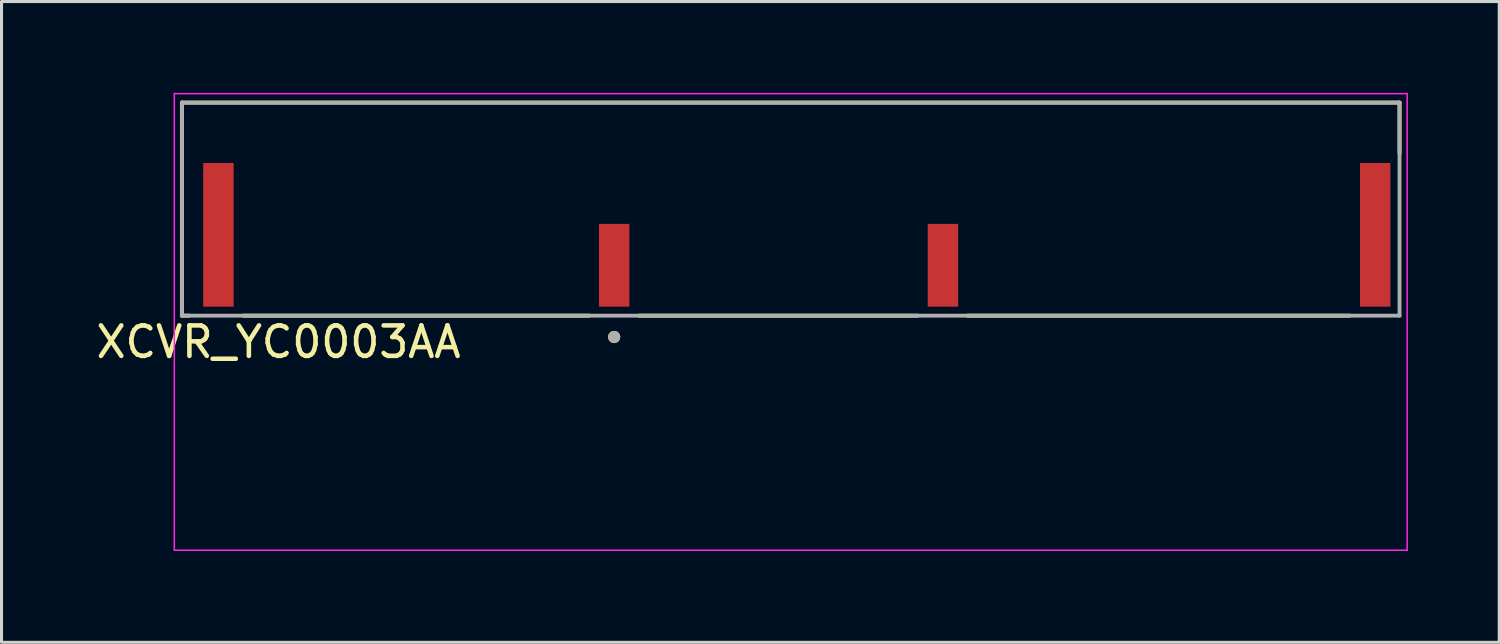
<source format=kicad_pcb>
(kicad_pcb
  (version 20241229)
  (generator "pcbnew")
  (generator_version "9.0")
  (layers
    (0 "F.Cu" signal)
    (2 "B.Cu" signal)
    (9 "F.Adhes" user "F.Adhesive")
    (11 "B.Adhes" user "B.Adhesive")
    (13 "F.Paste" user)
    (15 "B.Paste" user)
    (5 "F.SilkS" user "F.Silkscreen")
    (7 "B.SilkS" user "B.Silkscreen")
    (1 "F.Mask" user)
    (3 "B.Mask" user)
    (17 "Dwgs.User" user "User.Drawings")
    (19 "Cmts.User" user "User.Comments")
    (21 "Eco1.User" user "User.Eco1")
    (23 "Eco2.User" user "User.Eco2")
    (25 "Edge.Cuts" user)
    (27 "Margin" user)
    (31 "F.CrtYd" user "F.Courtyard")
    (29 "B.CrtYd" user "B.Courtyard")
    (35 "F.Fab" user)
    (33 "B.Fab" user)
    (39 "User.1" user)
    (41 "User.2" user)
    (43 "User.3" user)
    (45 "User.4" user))
  (footprint "XCVR_YC0003AA"
    (layer "F.Cu")
    (at 22.926 3.82)
    (property "Reference" "XCVR_YC0003AA" (at -16.825 4.365 0) (layer "F.SilkS") (effects (font (size 1 1) (thickness 0.15))))
    (attr smd)
    (fp_line (start -20 -3.5) (end -20 3.5) (stroke (width 0.127) (type solid)) (layer "F.SilkS"))
    (fp_line (start -20 3.5) (end -19.76 3.5) (stroke (width 0.127) (type solid)) (layer "F.SilkS"))
    (fp_line (start -17.98 3.5) (end -6.62 3.5) (stroke (width 0.127) (type solid)) (layer "F.SilkS"))
    (fp_line (start -4.98 3.5) (end 4.17 3.5) (stroke (width 0.127) (type solid)) (layer "F.SilkS"))
    (fp_line (start 5.81 3.5) (end 18.36 3.5) (stroke (width 0.127) (type solid)) (layer "F.SilkS"))
    (fp_line (start 20 -3.5) (end -20 -3.5) (stroke (width 0.127) (type solid)) (layer "F.SilkS"))
    (fp_line (start 20 -1.835) (end 20 -3.5) (stroke (width 0.127) (type solid)) (layer "F.SilkS"))
    (fp_circle (center -5.8 4.2) (end -5.7 4.2) (stroke (width 0.2) (type solid)) (fill no) (layer "F.SilkS"))
    (fp_line (start -20.25 -3.795) (end 20.25 -3.795) (stroke (width 0.05) (type solid)) (layer "F.CrtYd"))
    (fp_line (start -20.25 11.205) (end -20.25 -3.795) (stroke (width 0.05) (type solid)) (layer "F.CrtYd"))
    (fp_line (start 20.25 -3.795) (end 20.25 11.205) (stroke (width 0.05) (type solid)) (layer "F.CrtYd"))
    (fp_line (start 20.25 11.205) (end -20.25 11.205) (stroke (width 0.05) (type solid)) (layer "F.CrtYd"))
    (fp_line (start -20 -3.5) (end -20 3.5) (stroke (width 0.127) (type solid)) (layer "F.Fab"))
    (fp_line (start -20 3.5) (end 20 3.5) (stroke (width 0.127) (type solid)) (layer "F.Fab"))
    (fp_line (start 20 -3.5) (end -20 -3.5) (stroke (width 0.127) (type solid)) (layer "F.Fab"))
    (fp_line (start 20 3.5) (end 20 -3.5) (stroke (width 0.127) (type solid)) (layer "F.Fab"))
    (fp_circle (center -5.8 4.2) (end -5.7 4.2) (stroke (width 0.2) (type solid)) (fill no) (layer "F.Fab"))
    (pad "1" smd rect (at -5.8 1.845) (size 1 2.72) (layers "F.Cu" "F.Mask" "F.Paste"))
    (pad "2" smd rect (at 5 1.845) (size 1 2.72) (layers "F.Cu" "F.Mask" "F.Paste"))
    (pad "3" smd rect (at 19.2 0.845) (size 1 4.72) (layers "F.Cu" "F.Mask" "F.Paste"))
    (pad "4" smd rect (at -18.8 0.845) (size 1 4.72) (layers "F.Cu" "F.Mask" "F.Paste"))
    (zone (net_name "") (layer "F.Cu") (hatch full 0.508) (connect_pads) (min_thickness 0.01) (filled_areas_thickness no) (keepout (tracks not_allowed) (vias not_allowed) (pads not_allowed) (copperpour not_allowed) (footprints allowed)) (placement (enabled no)) (fill) (polygon (pts (xy 2.926 7.025) (xy 2.926 15.025) (xy 16.626 15.025) (xy 16.626 7.025))))
    (zone (net_name "") (layer "F.Cu") (hatch full 0.508) (connect_pads) (min_thickness 0.01) (filled_areas_thickness no) (keepout (tracks not_allowed) (vias not_allowed) (pads not_allowed) (copperpour not_allowed) (footprints allowed)) (placement (enabled no)) (fill) (polygon (pts (xy 28.426 7.025) (xy 42.926 7.025) (xy 42.926 15.025) (xy 28.426 15.025))))
    (zone (net_name "") (layer "F.Cu") (hatch full 0.508) (connect_pads) (min_thickness 0.01) (filled_areas_thickness no) (keepout (tracks not_allowed) (vias not_allowed) (pads not_allowed) (copperpour not_allowed) (footprints allowed)) (placement (enabled no)) (fill) (polygon (pts (xy 3.626 2.305) (xy 4.626 2.305) (xy 4.626 7.025) (xy 16.626 7.025) (xy 16.626 4.305) (xy 17.626 4.305) (xy 17.626 12.925) (xy 19.731 12.925) (xy 19.731 15.025) (xy 27.426 15.025) (xy 27.426 4.305) (xy 28.426 4.305) (xy 28.426 7.025) (xy 41.626 7.025) (xy 41.626 2.305) (xy 42.626 2.305) (xy 42.626 7.025) (xy 42.926 7.025) (xy 42.926 0.025) (xy 2.926 0.025) (xy 2.926 7.025) (xy 3.626 7.025))))
    (zone (net_name "") (layers "F.Cu" "B.Cu") (hatch full 0.508) (connect_pads) (min_thickness 0.01) (filled_areas_thickness no) (keepout (tracks allowed) (vias not_allowed) (pads allowed) (copperpour allowed) (footprints allowed)) (placement (enabled no)) (fill) (polygon (pts (xy 2.926 7.025) (xy 2.926 15.025) (xy 16.626 15.025) (xy 16.626 7.025))))
    (zone (net_name "") (layers "F.Cu" "B.Cu") (hatch full 0.508) (connect_pads) (min_thickness 0.01) (filled_areas_thickness no) (keepout (tracks allowed) (vias not_allowed) (pads allowed) (copperpour allowed) (footprints allowed)) (placement (enabled no)) (fill) (polygon (pts (xy 28.426 7.025) (xy 42.926 7.025) (xy 42.926 15.025) (xy 28.426 15.025))))
    (zone (net_name "") (layers "F.Cu" "B.Cu") (hatch full 0.508) (connect_pads) (min_thickness 0.01) (filled_areas_thickness no) (keepout (tracks allowed) (vias not_allowed) (pads allowed) (copperpour allowed) (footprints allowed)) (placement (enabled no)) (fill) (polygon (pts (xy 3.626 2.305) (xy 4.626 2.305) (xy 4.626 7.025) (xy 16.626 7.025) (xy 16.626 4.305) (xy 17.626 4.305) (xy 17.626 12.925) (xy 19.731 12.925) (xy 19.731 15.025) (xy 27.426 15.025) (xy 27.426 4.305) (xy 28.426 4.305) (xy 28.426 7.025) (xy 41.626 7.025) (xy 41.626 2.305) (xy 42.626 2.305) (xy 42.626 7.025) (xy 42.926 7.025) (xy 42.926 0.025) (xy 2.926 0.025) (xy 2.926 7.025) (xy 3.626 7.025)))))
  (gr_rect
    (start -3 -3)
    (end 46.201 18.05)
    (stroke (width 0.1) (type default))
    (fill no)
    (layer "Edge.Cuts")))
</source>
